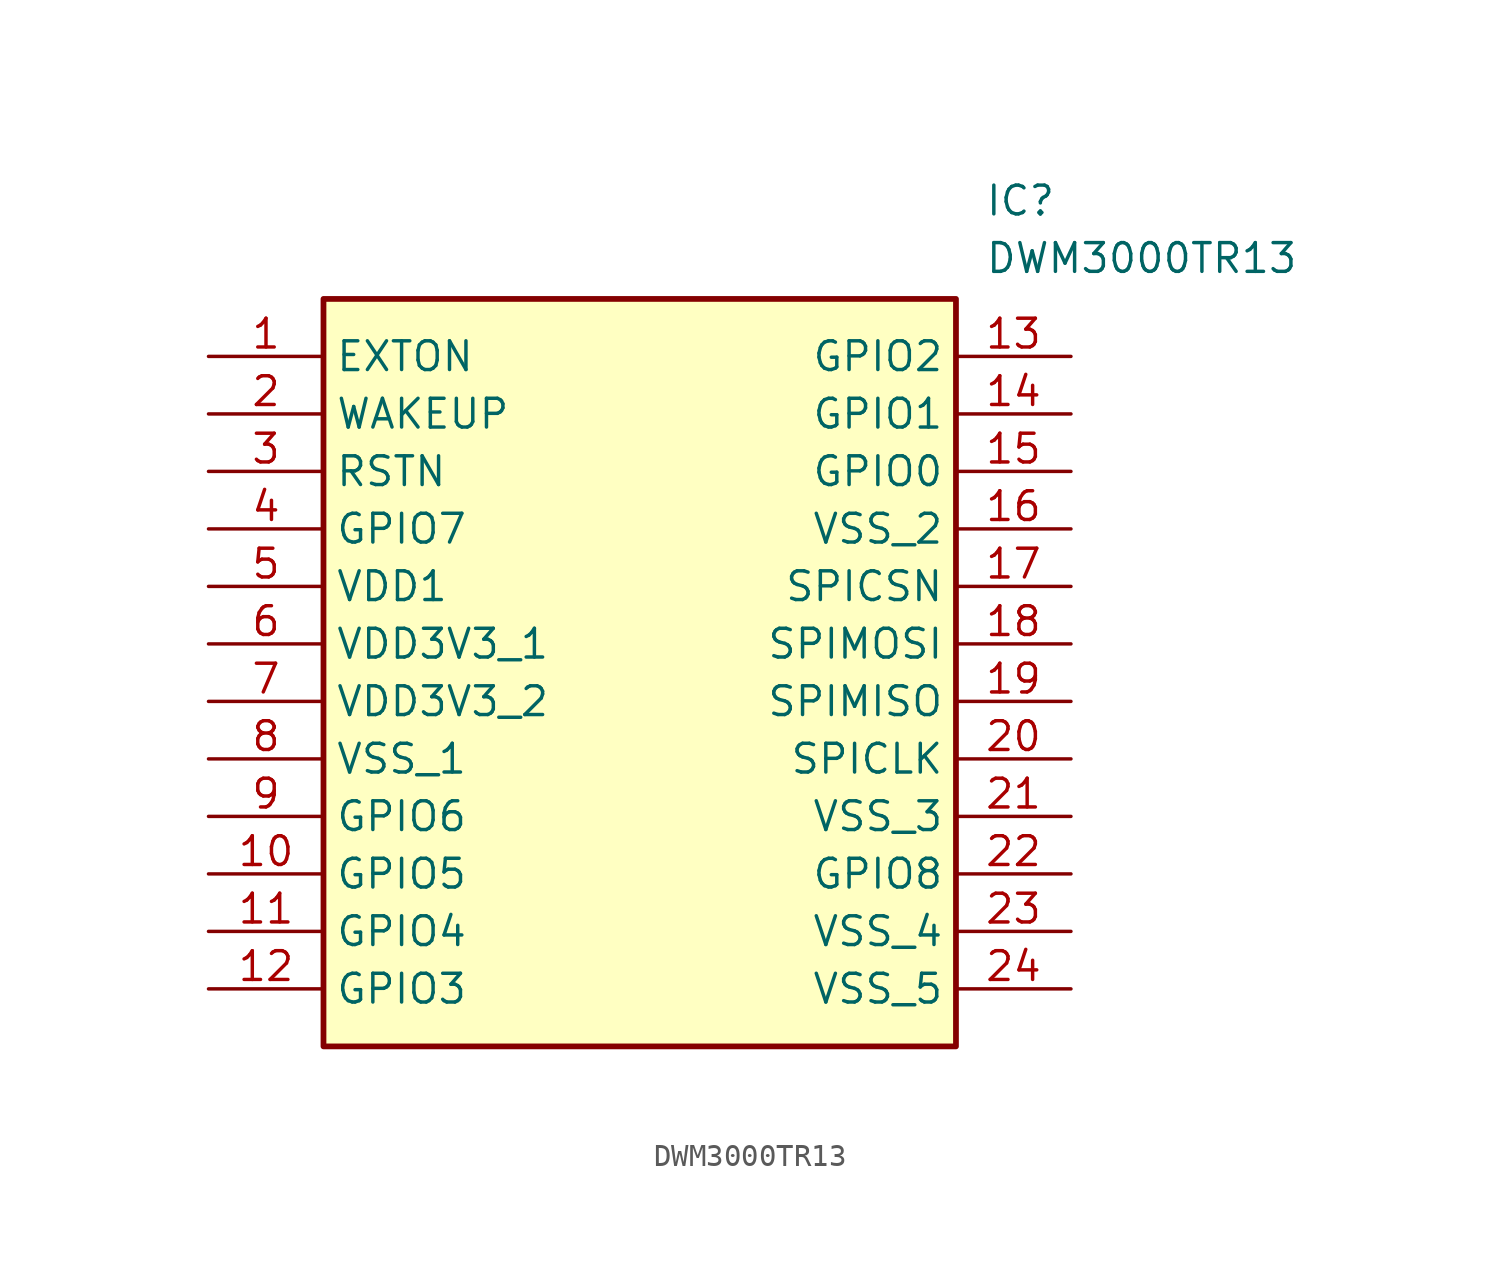
<source format=kicad_sym>
(kicad_symbol_lib
  (version 20211014)
  (generator SamacSys_ECAD_Model)
  (symbol "DWM3000TR13"
    (property "Reference" "IC"
      (at 34.29 7.62 0)
      (effects (font (size 1.27 1.27)) (justify left top)))
    (property "Value" "DWM3000TR13"
      (at 34.29 5.08 0)
      (effects (font (size 1.27 1.27)) (justify left top)))
    (rectangle
      (start 5.08 2.54)
      (end 33.02 -30.48)
      (stroke (width 0.254) (type default))
      (fill (type background)))
    (pin passive line
      (at 0 0 0)
      (length 5.08)
      (name "EXTON" (effects (font (size 1.27 1.27))))
      (number "1" (effects (font (size 1.27 1.27)))))
    (pin passive line
      (at 0 -2.54 0)
      (length 5.08)
      (name "WAKEUP" (effects (font (size 1.27 1.27))))
      (number "2" (effects (font (size 1.27 1.27)))))
    (pin passive line
      (at 0 -5.08 0)
      (length 5.08)
      (name "RSTN" (effects (font (size 1.27 1.27))))
      (number "3" (effects (font (size 1.27 1.27)))))
    (pin passive line
      (at 0 -7.62 0)
      (length 5.08)
      (name "GPIO7" (effects (font (size 1.27 1.27))))
      (number "4" (effects (font (size 1.27 1.27)))))
    (pin passive line
      (at 0 -10.16 0)
      (length 5.08)
      (name "VDD1" (effects (font (size 1.27 1.27))))
      (number "5" (effects (font (size 1.27 1.27)))))
    (pin passive line
      (at 0 -12.7 0)
      (length 5.08)
      (name "VDD3V3_1" (effects (font (size 1.27 1.27))))
      (number "6" (effects (font (size 1.27 1.27)))))
    (pin passive line
      (at 0 -15.24 0)
      (length 5.08)
      (name "VDD3V3_2" (effects (font (size 1.27 1.27))))
      (number "7" (effects (font (size 1.27 1.27)))))
    (pin passive line
      (at 0 -17.78 0)
      (length 5.08)
      (name "VSS_1" (effects (font (size 1.27 1.27))))
      (number "8" (effects (font (size 1.27 1.27)))))
    (pin passive line
      (at 0 -20.32 0)
      (length 5.08)
      (name "GPIO6" (effects (font (size 1.27 1.27))))
      (number "9" (effects (font (size 1.27 1.27)))))
    (pin passive line
      (at 0 -22.86 0)
      (length 5.08)
      (name "GPIO5" (effects (font (size 1.27 1.27))))
      (number "10" (effects (font (size 1.27 1.27)))))
    (pin passive line
      (at 0 -25.4 0)
      (length 5.08)
      (name "GPIO4" (effects (font (size 1.27 1.27))))
      (number "11" (effects (font (size 1.27 1.27)))))
    (pin passive line
      (at 0 -27.94 0)
      (length 5.08)
      (name "GPIO3" (effects (font (size 1.27 1.27))))
      (number "12" (effects (font (size 1.27 1.27)))))
    (pin passive line
      (at 38.1 0 180)
      (length 5.08)
      (name "GPIO2" (effects (font (size 1.27 1.27))))
      (number "13" (effects (font (size 1.27 1.27)))))
    (pin passive line
      (at 38.1 -2.54 180)
      (length 5.08)
      (name "GPIO1" (effects (font (size 1.27 1.27))))
      (number "14" (effects (font (size 1.27 1.27)))))
    (pin passive line
      (at 38.1 -5.08 180)
      (length 5.08)
      (name "GPIO0" (effects (font (size 1.27 1.27))))
      (number "15" (effects (font (size 1.27 1.27)))))
    (pin passive line
      (at 38.1 -7.62 180)
      (length 5.08)
      (name "VSS_2" (effects (font (size 1.27 1.27))))
      (number "16" (effects (font (size 1.27 1.27)))))
    (pin passive line
      (at 38.1 -10.16 180)
      (length 5.08)
      (name "SPICSN" (effects (font (size 1.27 1.27))))
      (number "17" (effects (font (size 1.27 1.27)))))
    (pin passive line
      (at 38.1 -12.7 180)
      (length 5.08)
      (name "SPIMOSI" (effects (font (size 1.27 1.27))))
      (number "18" (effects (font (size 1.27 1.27)))))
    (pin passive line
      (at 38.1 -15.24 180)
      (length 5.08)
      (name "SPIMISO" (effects (font (size 1.27 1.27))))
      (number "19" (effects (font (size 1.27 1.27)))))
    (pin passive line
      (at 38.1 -17.78 180)
      (length 5.08)
      (name "SPICLK" (effects (font (size 1.27 1.27))))
      (number "20" (effects (font (size 1.27 1.27)))))
    (pin passive line
      (at 38.1 -20.32 180)
      (length 5.08)
      (name "VSS_3" (effects (font (size 1.27 1.27))))
      (number "21" (effects (font (size 1.27 1.27)))))
    (pin passive line
      (at 38.1 -22.86 180)
      (length 5.08)
      (name "GPIO8" (effects (font (size 1.27 1.27))))
      (number "22" (effects (font (size 1.27 1.27)))))
    (pin passive line
      (at 38.1 -25.4 180)
      (length 5.08)
      (name "VSS_4" (effects (font (size 1.27 1.27))))
      (number "23" (effects (font (size 1.27 1.27)))))
    (pin passive line
      (at 38.1 -27.94 180)
      (length 5.08)
      (name "VSS_5" (effects (font (size 1.27 1.27))))
      (number "24" (effects (font (size 1.27 1.27)))))))
</source>
